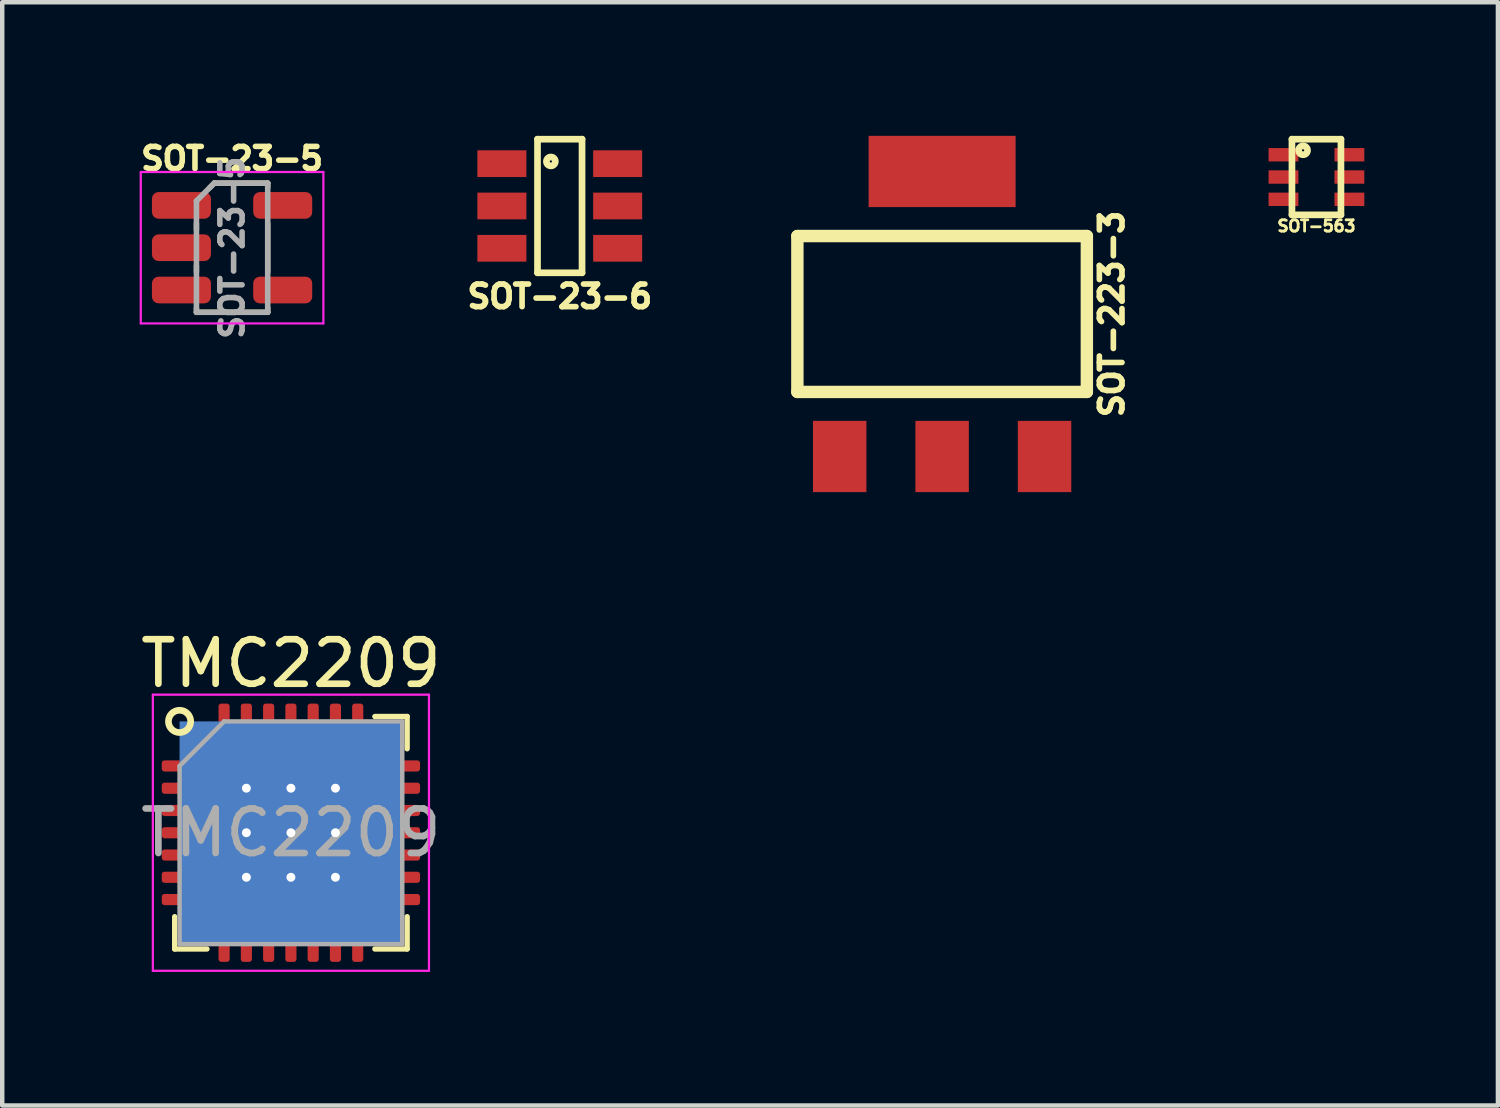
<source format=kicad_pcb>
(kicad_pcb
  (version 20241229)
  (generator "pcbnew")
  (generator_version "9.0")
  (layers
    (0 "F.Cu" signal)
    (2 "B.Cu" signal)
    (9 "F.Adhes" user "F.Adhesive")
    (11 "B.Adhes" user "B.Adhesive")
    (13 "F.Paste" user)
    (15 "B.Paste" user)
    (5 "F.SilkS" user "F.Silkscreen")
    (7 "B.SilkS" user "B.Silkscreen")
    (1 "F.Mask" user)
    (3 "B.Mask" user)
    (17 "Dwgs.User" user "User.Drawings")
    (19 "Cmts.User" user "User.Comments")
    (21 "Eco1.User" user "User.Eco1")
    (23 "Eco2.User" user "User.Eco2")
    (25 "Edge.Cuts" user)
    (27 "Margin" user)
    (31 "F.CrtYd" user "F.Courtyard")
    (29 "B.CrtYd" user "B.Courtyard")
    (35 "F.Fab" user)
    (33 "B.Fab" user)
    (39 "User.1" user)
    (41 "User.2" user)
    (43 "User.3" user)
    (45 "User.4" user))
  (footprint "SOT-23-6"
    (layer "F.Cu")
    (at 9.519 1.575)
    (property "Reference" "SOT-23-6" (at 0 2.032 0) (layer "F.SilkS") (effects (font (size 0.508 0.508) (thickness 0.127))))
    (attr through_hole)
    (fp_line (start -0.5 -1.5) (end -0.5 1.5) (stroke (width 0.15) (type solid)) (layer "F.SilkS"))
    (fp_line (start -0.5 1.5) (end 0.5 1.5) (stroke (width 0.15) (type solid)) (layer "F.SilkS"))
    (fp_line (start 0.5 -1.5) (end -0.5 -1.5) (stroke (width 0.15) (type solid)) (layer "F.SilkS"))
    (fp_line (start 0.5 1.5) (end 0.5 -1.5) (stroke (width 0.15) (type solid)) (layer "F.SilkS"))
    (fp_circle (center -0.2 -1) (end -0.2 -1.1) (stroke (width 0.15) (type solid)) (fill no) (layer "F.SilkS"))
    (pad "1" smd rect (at -1.3 -0.95) (size 1.1 0.6) (layers "F.Cu" "F.Mask" "F.Paste"))
    (pad "2" smd rect (at -1.3 0) (size 1.1 0.6) (layers "F.Cu" "F.Mask" "F.Paste"))
    (pad "3" smd rect (at -1.3 0.95) (size 1.1 0.6) (layers "F.Cu" "F.Mask" "F.Paste"))
    (pad "4" smd rect (at 1.3 0.95) (size 1.1 0.6) (layers "F.Cu" "F.Mask" "F.Paste"))
    (pad "5" smd rect (at 1.3 0) (size 1.1 0.6) (layers "F.Cu" "F.Mask" "F.Paste"))
    (pad "6" smd rect (at 1.3 -0.95) (size 1.1 0.6) (layers "F.Cu" "F.Mask" "F.Paste")))
  (footprint "TMC2209"
    (layer "F.Cu")
    (at 3.482 15.648)
    (property "Reference" "TMC2209" (at 0 -3.8 0) (layer "F.SilkS") (effects (font (size 1 1) (thickness 0.15))))
    (attr smd)
    (fp_line (start -2.61 2.61) (end -2.61 1.885) (stroke (width 0.12) (type solid)) (layer "F.SilkS"))
    (fp_line (start -1.885 2.61) (end -2.61 2.61) (stroke (width 0.12) (type solid)) (layer "F.SilkS"))
    (fp_line (start 1.885 -2.61) (end 2.61 -2.61) (stroke (width 0.12) (type solid)) (layer "F.SilkS"))
    (fp_line (start 1.885 2.61) (end 2.61 2.61) (stroke (width 0.12) (type solid)) (layer "F.SilkS"))
    (fp_line (start 2.61 -2.61) (end 2.61 -1.885) (stroke (width 0.12) (type solid)) (layer "F.SilkS"))
    (fp_line (start 2.61 2.61) (end 2.61 1.885) (stroke (width 0.12) (type solid)) (layer "F.SilkS"))
    (fp_circle (center -2.5 -2.5) (end -2.25 -2.5) (stroke (width 0.15) (type solid)) (fill no) (layer "F.SilkS"))
    (fp_line (start -3.1 -3.1) (end -3.1 3.1) (stroke (width 0.05) (type solid)) (layer "F.CrtYd"))
    (fp_line (start -3.1 3.1) (end 3.1 3.1) (stroke (width 0.05) (type solid)) (layer "F.CrtYd"))
    (fp_line (start 3.1 -3.1) (end -3.1 -3.1) (stroke (width 0.05) (type solid)) (layer "F.CrtYd"))
    (fp_line (start 3.1 3.1) (end 3.1 -3.1) (stroke (width 0.05) (type solid)) (layer "F.CrtYd"))
    (fp_line (start -2.5 -1.5) (end -1.5 -2.5) (stroke (width 0.1) (type solid)) (layer "F.Fab"))
    (fp_line (start -2.5 2.5) (end -2.5 -1.5) (stroke (width 0.1) (type solid)) (layer "F.Fab"))
    (fp_line (start -1.5 -2.5) (end 2.5 -2.5) (stroke (width 0.1) (type solid)) (layer "F.Fab"))
    (fp_line (start 2.5 -2.5) (end 2.5 2.5) (stroke (width 0.1) (type solid)) (layer "F.Fab"))
    (fp_line (start 2.5 2.5) (end -2.5 2.5) (stroke (width 0.1) (type solid)) (layer "F.Fab"))
    (fp_text user "${REFERENCE}" (at 0 0 0) (layer "F.Fab") (effects (font (size 1 1) (thickness 0.15))))
    (pad "" smd custom (at -1.337 -1.337) (size 0.437 0.437) (layers "F.Paste") (options (anchor circle)) (primitives (gr_poly (pts (xy -0.165 -0.165) (xy 0.165 -0.165) (xy 0.165 0.076) (xy 0.076 0.165) (xy -0.165 0.165)) (width 0.215) (fill yes))))
    (pad "" smd custom (at -1.337 -0.5) (size 0.459 0.459) (layers "F.Paste") (options (anchor circle)) (primitives (gr_poly (pts (xy -0.187 -0.318) (xy 0.116 -0.318) (xy 0.187 -0.247) (xy 0.187 0.247) (xy 0.116 0.318) (xy -0.187 0.318)) (width 0.17) (fill yes))))
    (pad "" smd custom (at -1.337 0.5) (size 0.459 0.459) (layers "F.Paste") (options (anchor circle)) (primitives (gr_poly (pts (xy -0.187 -0.318) (xy 0.116 -0.318) (xy 0.187 -0.247) (xy 0.187 0.247) (xy 0.116 0.318) (xy -0.187 0.318)) (width 0.17) (fill yes))))
    (pad "" smd custom (at -1.337 1.337) (size 0.437 0.437) (layers "F.Paste") (options (anchor circle)) (primitives (gr_poly (pts (xy -0.165 -0.165) (xy 0.076 -0.165) (xy 0.165 -0.076) (xy 0.165 0.165) (xy -0.165 0.165)) (width 0.215) (fill yes))))
    (pad "" smd custom (at -0.5 -1.337) (size 0.459 0.459) (layers "F.Paste") (options (anchor circle)) (primitives (gr_poly (pts (xy -0.318 -0.187) (xy 0.318 -0.187) (xy 0.318 0.116) (xy 0.247 0.187) (xy -0.247 0.187) (xy -0.318 0.116)) (width 0.17) (fill yes))))
    (pad "" smd roundrect (at -0.5 -0.5) (size 0.806 0.806) (layers "F.Paste") (roundrect_rratio 0.25))
    (pad "" smd roundrect (at -0.5 0.5) (size 0.806 0.806) (layers "F.Paste") (roundrect_rratio 0.25))
    (pad "" smd custom (at -0.5 1.337) (size 0.459 0.459) (layers "F.Paste") (options (anchor circle)) (primitives (gr_poly (pts (xy -0.318 -0.116) (xy -0.247 -0.187) (xy 0.247 -0.187) (xy 0.318 -0.116) (xy 0.318 0.187) (xy -0.318 0.187)) (width 0.17) (fill yes))))
    (pad "" smd custom (at 0.5 -1.337) (size 0.459 0.459) (layers "F.Paste") (options (anchor circle)) (primitives (gr_poly (pts (xy -0.318 -0.187) (xy 0.318 -0.187) (xy 0.318 0.116) (xy 0.247 0.187) (xy -0.247 0.187) (xy -0.318 0.116)) (width 0.17) (fill yes))))
    (pad "" smd roundrect (at 0.5 -0.5) (size 0.806 0.806) (layers "F.Paste") (roundrect_rratio 0.25))
    (pad "" smd roundrect (at 0.5 0.5) (size 0.806 0.806) (layers "F.Paste") (roundrect_rratio 0.25))
    (pad "" smd custom (at 0.5 1.337) (size 0.459 0.459) (layers "F.Paste") (options (anchor circle)) (primitives (gr_poly (pts (xy -0.318 -0.116) (xy -0.247 -0.187) (xy 0.247 -0.187) (xy 0.318 -0.116) (xy 0.318 0.187) (xy -0.318 0.187)) (width 0.17) (fill yes))))
    (pad "" smd custom (at 1.337 -1.337) (size 0.437 0.437) (layers "F.Paste") (options (anchor circle)) (primitives (gr_poly (pts (xy -0.165 -0.165) (xy 0.165 -0.165) (xy 0.165 0.165) (xy -0.076 0.165) (xy -0.165 0.076)) (width 0.215) (fill yes))))
    (pad "" smd custom (at 1.337 -0.5) (size 0.459 0.459) (layers "F.Paste") (options (anchor circle)) (primitives (gr_poly (pts (xy -0.187 -0.247) (xy -0.116 -0.318) (xy 0.187 -0.318) (xy 0.187 0.318) (xy -0.116 0.318) (xy -0.187 0.247)) (width 0.17) (fill yes))))
    (pad "" smd custom (at 1.337 0.5) (size 0.459 0.459) (layers "F.Paste") (options (anchor circle)) (primitives (gr_poly (pts (xy -0.187 -0.247) (xy -0.116 -0.318) (xy 0.187 -0.318) (xy 0.187 0.318) (xy -0.116 0.318) (xy -0.187 0.247)) (width 0.17) (fill yes))))
    (pad "" smd custom (at 1.337 1.337) (size 0.437 0.437) (layers "F.Paste") (options (anchor circle)) (primitives (gr_poly (pts (xy -0.165 -0.076) (xy -0.076 -0.165) (xy 0.165 -0.165) (xy 0.165 0.165) (xy -0.165 0.165)) (width 0.215) (fill yes))))
    (pad "1" smd roundrect (at -2.5 -1.5) (size 0.8 0.25) (layers "F.Cu" "F.Mask" "F.Paste") (roundrect_rratio 0.25))
    (pad "2" smd roundrect (at -2.5 -1) (size 0.8 0.25) (layers "F.Cu" "F.Mask" "F.Paste") (roundrect_rratio 0.25))
    (pad "3" smd roundrect (at -2.5 -0.5) (size 0.8 0.25) (layers "F.Cu" "F.Mask" "F.Paste") (roundrect_rratio 0.25))
    (pad "4" smd roundrect (at -2.5 0) (size 0.8 0.25) (layers "F.Cu" "F.Mask" "F.Paste") (roundrect_rratio 0.25))
    (pad "5" smd roundrect (at -2.5 0.5) (size 0.8 0.25) (layers "F.Cu" "F.Mask" "F.Paste") (roundrect_rratio 0.25))
    (pad "6" smd roundrect (at -2.5 1) (size 0.8 0.25) (layers "F.Cu" "F.Mask" "F.Paste") (roundrect_rratio 0.25))
    (pad "7" smd roundrect (at -2.5 1.5) (size 0.8 0.25) (layers "F.Cu" "F.Mask" "F.Paste") (roundrect_rratio 0.25))
    (pad "8" smd roundrect (at -1.5 2.5) (size 0.25 0.8) (layers "F.Cu" "F.Mask" "F.Paste") (roundrect_rratio 0.25))
    (pad "9" smd roundrect (at -1 2.5) (size 0.25 0.8) (layers "F.Cu" "F.Mask" "F.Paste") (roundrect_rratio 0.25))
    (pad "10" smd roundrect (at -0.5 2.5) (size 0.25 0.8) (layers "F.Cu" "F.Mask" "F.Paste") (roundrect_rratio 0.25))
    (pad "11" smd roundrect (at 0 2.5) (size 0.25 0.8) (layers "F.Cu" "F.Mask" "F.Paste") (roundrect_rratio 0.25))
    (pad "12" smd roundrect (at 0.5 2.5) (size 0.25 0.8) (layers "F.Cu" "F.Mask" "F.Paste") (roundrect_rratio 0.25))
    (pad "13" smd roundrect (at 1 2.5) (size 0.25 0.8) (layers "F.Cu" "F.Mask" "F.Paste") (roundrect_rratio 0.25))
    (pad "14" smd roundrect (at 1.5 2.5) (size 0.25 0.8) (layers "F.Cu" "F.Mask" "F.Paste") (roundrect_rratio 0.25))
    (pad "15" smd roundrect (at 2.5 1.5) (size 0.8 0.25) (layers "F.Cu" "F.Mask" "F.Paste") (roundrect_rratio 0.25))
    (pad "16" smd roundrect (at 2.5 1) (size 0.8 0.25) (layers "F.Cu" "F.Mask" "F.Paste") (roundrect_rratio 0.25))
    (pad "17" smd roundrect (at 2.5 0.5) (size 0.8 0.25) (layers "F.Cu" "F.Mask" "F.Paste") (roundrect_rratio 0.25))
    (pad "18" smd roundrect (at 2.5 0) (size 0.8 0.25) (layers "F.Cu" "F.Mask" "F.Paste") (roundrect_rratio 0.25))
    (pad "19" smd roundrect (at 2.5 -0.5) (size 0.8 0.25) (layers "F.Cu" "F.Mask" "F.Paste") (roundrect_rratio 0.25))
    (pad "20" smd roundrect (at 2.5 -1) (size 0.8 0.25) (layers "F.Cu" "F.Mask" "F.Paste") (roundrect_rratio 0.25))
    (pad "21" smd roundrect (at 2.5 -1.5) (size 0.8 0.25) (layers "F.Cu" "F.Mask" "F.Paste") (roundrect_rratio 0.25))
    (pad "22" smd roundrect (at 1.5 -2.5) (size 0.25 0.8) (layers "F.Cu" "F.Mask" "F.Paste") (roundrect_rratio 0.25))
    (pad "23" smd roundrect (at 1 -2.5) (size 0.25 0.8) (layers "F.Cu" "F.Mask" "F.Paste") (roundrect_rratio 0.25))
    (pad "24" smd roundrect (at 0.5 -2.5) (size 0.25 0.8) (layers "F.Cu" "F.Mask" "F.Paste") (roundrect_rratio 0.25))
    (pad "25" smd roundrect (at 0 -2.5) (size 0.25 0.8) (layers "F.Cu" "F.Mask" "F.Paste") (roundrect_rratio 0.25))
    (pad "26" smd roundrect (at -0.5 -2.5) (size 0.25 0.8) (layers "F.Cu" "F.Mask" "F.Paste") (roundrect_rratio 0.25))
    (pad "27" smd roundrect (at -1 -2.5) (size 0.25 0.8) (layers "F.Cu" "F.Mask" "F.Paste") (roundrect_rratio 0.25))
    (pad "28" smd roundrect (at -1.5 -2.5) (size 0.25 0.8) (layers "F.Cu" "F.Mask" "F.Paste") (roundrect_rratio 0.25))
    (pad "29" thru_hole circle (at -1 -1) (size 0.5 0.5) (drill 0.2) (layers "*.Cu"))
    (pad "29" thru_hole circle (at -1 0) (size 0.5 0.5) (drill 0.2) (layers "*.Cu"))
    (pad "29" thru_hole circle (at -1 1) (size 0.5 0.5) (drill 0.2) (layers "*.Cu"))
    (pad "29" thru_hole circle (at 0 -1) (size 0.5 0.5) (drill 0.2) (layers "*.Cu"))
    (pad "29" thru_hole circle (at 0 0) (size 0.5 0.5) (drill 0.2) (layers "*.Cu"))
    (pad "29" smd rect (at 0 0) (size 3.7 3.7) (layers "F.Cu" "F.Mask"))
    (pad "29" smd rect (at 0 0) (size 5 5) (layers "B.Cu"))
    (pad "29" thru_hole circle (at 0 1) (size 0.5 0.5) (drill 0.2) (layers "*.Cu"))
    (pad "29" thru_hole circle (at 1 -1) (size 0.5 0.5) (drill 0.2) (layers "*.Cu"))
    (pad "29" thru_hole circle (at 1 0) (size 0.5 0.5) (drill 0.2) (layers "*.Cu"))
    (pad "29" thru_hole circle (at 1 1) (size 0.5 0.5) (drill 0.2) (layers "*.Cu")))
  (footprint "SOT-23-5"
    (layer "F.Cu")
    (at 2.161 2.512)
    (property "Reference" "SOT-23-5" (at 0 -2 0) (layer "F.SilkS") (effects (font (size 0.5 0.5) (thickness 0.125))))
    (attr smd)
    (fp_line (start -0.8 -0.4) (end -0.8 -0.55) (stroke (width 0.12) (type solid)) (layer "F.SilkS"))
    (fp_line (start -0.8 0.55) (end -0.8 0.4) (stroke (width 0.12) (type solid)) (layer "F.SilkS"))
    (fp_line (start -0.8 1.45) (end -0.8 1.35) (stroke (width 0.12) (type solid)) (layer "F.SilkS"))
    (fp_line (start -0.4 -1.45) (end -0.5 -1.35) (stroke (width 0.12) (type solid)) (layer "F.SilkS"))
    (fp_line (start 0.8 -1.45) (end -0.4 -1.45) (stroke (width 0.12) (type solid)) (layer "F.SilkS"))
    (fp_line (start 0.8 -1.45) (end 0.8 -1.35) (stroke (width 0.12) (type solid)) (layer "F.SilkS"))
    (fp_line (start 0.8 -0.55) (end 0.8 0.55) (stroke (width 0.12) (type solid)) (layer "F.SilkS"))
    (fp_line (start 0.8 1.35) (end 0.8 1.45) (stroke (width 0.12) (type solid)) (layer "F.SilkS"))
    (fp_line (start 0.8 1.45) (end -0.8 1.45) (stroke (width 0.12) (type solid)) (layer "F.SilkS"))
    (fp_line (start -2.05 -1.7) (end -2.05 1.7) (stroke (width 0.05) (type solid)) (layer "F.CrtYd"))
    (fp_line (start -2.05 1.7) (end 2.05 1.7) (stroke (width 0.05) (type solid)) (layer "F.CrtYd"))
    (fp_line (start 2.05 -1.7) (end -2.05 -1.7) (stroke (width 0.05) (type solid)) (layer "F.CrtYd"))
    (fp_line (start 2.05 1.7) (end 2.05 -1.7) (stroke (width 0.05) (type solid)) (layer "F.CrtYd"))
    (fp_line (start -0.8 -1.05) (end -0.4 -1.45) (stroke (width 0.125) (type solid)) (layer "F.Fab"))
    (fp_line (start -0.8 1.45) (end -0.8 -1.05) (stroke (width 0.125) (type solid)) (layer "F.Fab"))
    (fp_line (start -0.4 -1.45) (end 0.8 -1.45) (stroke (width 0.125) (type solid)) (layer "F.Fab"))
    (fp_line (start 0.8 -1.45) (end 0.8 1.45) (stroke (width 0.125) (type solid)) (layer "F.Fab"))
    (fp_line (start 0.8 1.45) (end -0.8 1.45) (stroke (width 0.125) (type solid)) (layer "F.Fab"))
    (fp_text user "${REFERENCE}" (at 0 0 90) (layer "F.Fab") (effects (font (size 0.5 0.5) (thickness 0.125))))
    (pad "1" smd roundrect (at -1.137 -0.95) (size 1.325 0.6) (layers "F.Cu" "F.Mask" "F.Paste") (roundrect_rratio 0.25))
    (pad "2" smd roundrect (at -1.137 0) (size 1.325 0.6) (layers "F.Cu" "F.Mask" "F.Paste") (roundrect_rratio 0.25))
    (pad "3" smd roundrect (at -1.137 0.95) (size 1.325 0.6) (layers "F.Cu" "F.Mask" "F.Paste") (roundrect_rratio 0.25))
    (pad "4" smd roundrect (at 1.137 0.95) (size 1.325 0.6) (layers "F.Cu" "F.Mask" "F.Paste") (roundrect_rratio 0.25))
    (pad "5" smd roundrect (at 1.137 -0.95) (size 1.325 0.6) (layers "F.Cu" "F.Mask" "F.Paste") (roundrect_rratio 0.25)))
  (footprint "SOT-223-3"
    (layer "F.Cu")
    (at 18.104 4)
    (property "Reference" "SOT-223-3" (at 3.81 0 90) (layer "F.SilkS") (effects (font (size 0.508 0.508) (thickness 0.127))))
    (attr through_hole)
    (fp_line (start -3.25 -1.75) (end -3.25 1.75) (stroke (width 0.279) (type solid)) (layer "F.SilkS"))
    (fp_line (start -3.25 -1.75) (end 3.25 -1.75) (stroke (width 0.279) (type solid)) (layer "F.SilkS"))
    (fp_line (start -3.25 1.75) (end 3.25 1.75) (stroke (width 0.279) (type solid)) (layer "F.SilkS"))
    (fp_line (start 3.25 -1.75) (end 3.25 1.75) (stroke (width 0.279) (type solid)) (layer "F.SilkS"))
    (pad "1" smd rect (at -2.3 3.2) (size 1.2 1.6) (layers "F.Cu" "F.Mask" "F.Paste"))
    (pad "2" smd rect (at 0 3.2) (size 1.2 1.6) (layers "F.Cu" "F.Mask" "F.Paste"))
    (pad "3" smd rect (at 2.3 3.2) (size 1.2 1.6) (layers "F.Cu" "F.Mask" "F.Paste"))
    (pad "4" smd rect (at 0 -3.2) (size 3.3 1.6) (layers "F.Cu" "F.Mask" "F.Paste")))
  (footprint "SOT-563"
    (layer "F.Cu")
    (at 26.509 0.925)
    (property "Reference" "SOT-563" (at 0 1.1 0) (layer "F.SilkS") (effects (font (size 0.254 0.254) (thickness 0.064))))
    (attr through_hole)
    (fp_line (start -0.55 -0.85) (end -0.55 0.85) (stroke (width 0.15) (type solid)) (layer "F.SilkS"))
    (fp_line (start -0.55 0.85) (end 0.55 0.85) (stroke (width 0.15) (type solid)) (layer "F.SilkS"))
    (fp_line (start 0.55 -0.85) (end -0.55 -0.85) (stroke (width 0.15) (type solid)) (layer "F.SilkS"))
    (fp_line (start 0.55 0.85) (end 0.55 -0.85) (stroke (width 0.15) (type solid)) (layer "F.SilkS"))
    (fp_circle (center -0.3 -0.6) (end -0.3 -0.7) (stroke (width 0.15) (type solid)) (fill no) (layer "F.SilkS"))
    (pad "1" smd rect (at -0.74 -0.5) (size 0.67 0.3) (layers "F.Cu" "F.Mask" "F.Paste"))
    (pad "2" smd rect (at -0.74 0) (size 0.67 0.3) (layers "F.Cu" "F.Mask" "F.Paste"))
    (pad "3" smd rect (at -0.74 0.5) (size 0.67 0.3) (layers "F.Cu" "F.Mask" "F.Paste"))
    (pad "4" smd rect (at 0.74 0.5) (size 0.67 0.3) (layers "F.Cu" "F.Mask" "F.Paste"))
    (pad "5" smd rect (at 0.74 0) (size 0.67 0.3) (layers "F.Cu" "F.Mask" "F.Paste"))
    (pad "6" smd rect (at 0.74 -0.5) (size 0.67 0.3) (layers "F.Cu" "F.Mask" "F.Paste")))
  (gr_rect
    (start -3 -3)
    (end 30.584 21.773)
    (stroke (width 0.1) (type default))
    (fill no)
    (layer "Edge.Cuts")))
</source>
